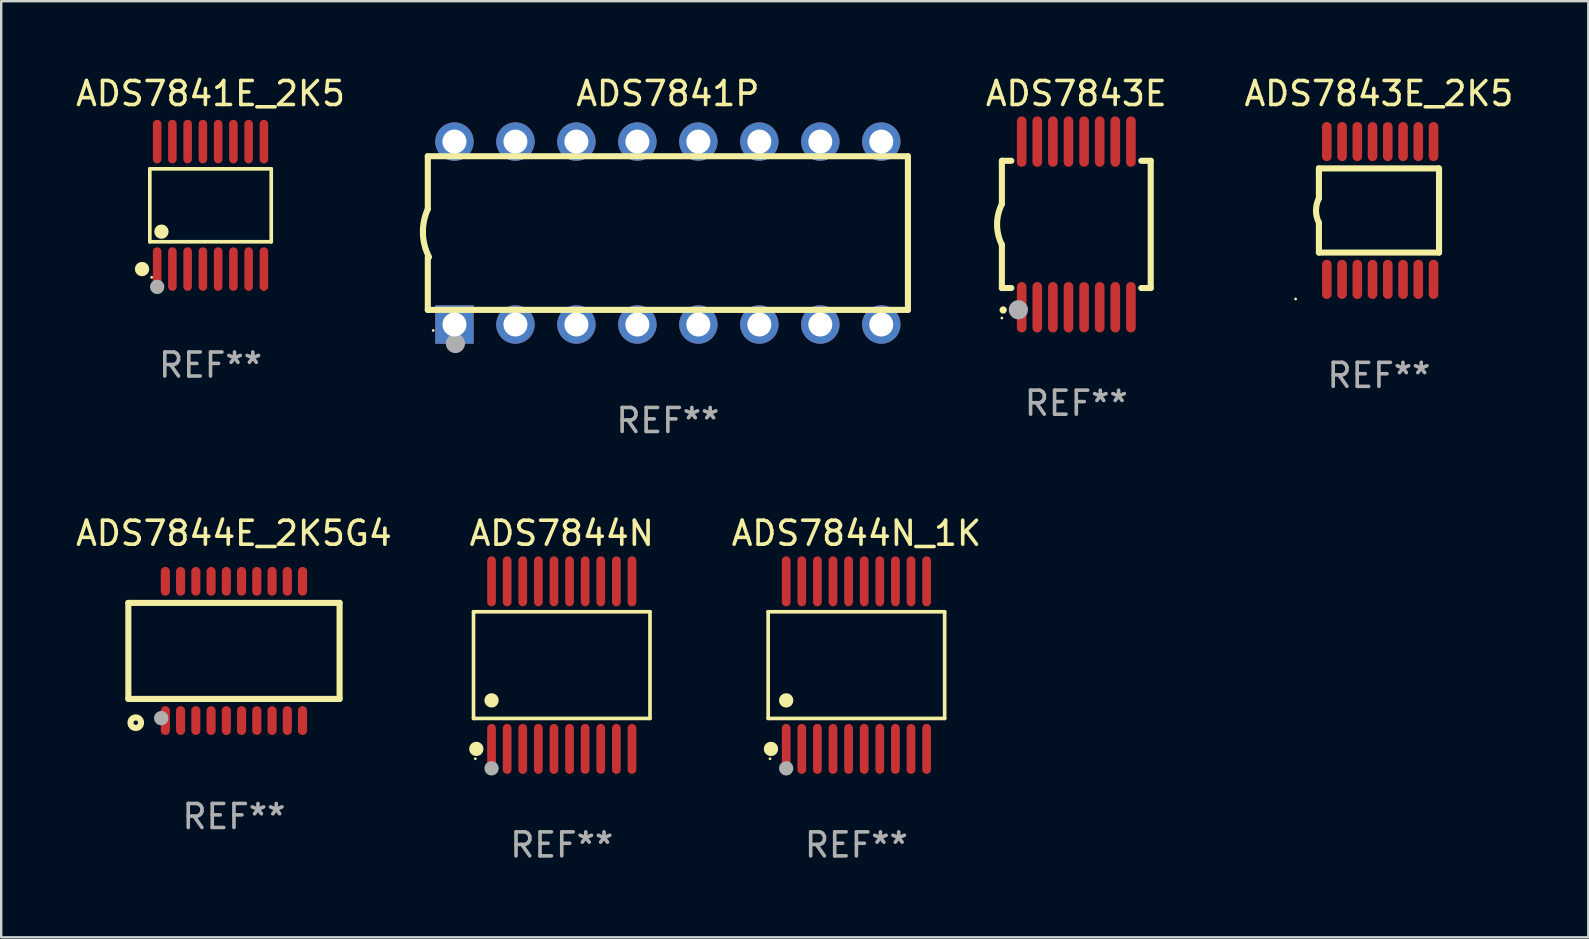
<source format=kicad_pcb>
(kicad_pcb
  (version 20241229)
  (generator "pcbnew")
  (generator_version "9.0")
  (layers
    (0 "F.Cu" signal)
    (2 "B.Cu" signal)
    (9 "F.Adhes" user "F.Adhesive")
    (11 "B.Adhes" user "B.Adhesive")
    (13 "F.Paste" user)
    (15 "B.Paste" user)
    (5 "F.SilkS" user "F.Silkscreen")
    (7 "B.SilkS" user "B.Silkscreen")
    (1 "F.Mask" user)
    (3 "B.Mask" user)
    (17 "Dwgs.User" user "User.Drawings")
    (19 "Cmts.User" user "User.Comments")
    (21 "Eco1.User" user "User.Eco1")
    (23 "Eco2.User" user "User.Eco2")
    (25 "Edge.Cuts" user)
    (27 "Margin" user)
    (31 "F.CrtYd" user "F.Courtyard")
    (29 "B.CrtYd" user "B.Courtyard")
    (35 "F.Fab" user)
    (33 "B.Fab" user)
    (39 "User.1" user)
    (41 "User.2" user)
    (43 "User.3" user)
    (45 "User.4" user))
  (footprint "ADS7844E_2K5G4"
    (layer "F.Cu")
    (at 6.696 24.065)
    (property "Reference" "ADS7844E_2K5G4" (at 0 -4.9 0) (layer "F.SilkS") (effects (font (size 1 1) (thickness 0.15))))
    (attr through_hole)
    (fp_line (start -4.4 -2) (end -4.4 2) (stroke (width 0.254) (type solid)) (layer "F.SilkS"))
    (fp_line (start -4.4 -2) (end 4.4 -2) (stroke (width 0.254) (type solid)) (layer "F.SilkS"))
    (fp_line (start -4.4 2) (end 4.4 2) (stroke (width 0.254) (type solid)) (layer "F.SilkS"))
    (fp_line (start 4.4 -2) (end 4.4 2) (stroke (width 0.254) (type solid)) (layer "F.SilkS"))
    (fp_circle (center -4.351 3) (end -4.321 3) (stroke (width 0.06) (type solid)) (fill no) (layer "F.SilkS"))
    (fp_circle (center -4.09 2.99) (end -3.87 2.99) (stroke (width 0.254) (type solid)) (fill no) (layer "F.SilkS"))
    (fp_circle (center -3.031 2.8) (end -2.88 2.8) (stroke (width 0.3) (type solid)) (fill no) (layer "F.Fab"))
    (fp_text user "REF**" (at 0 6.9 0) (layer "F.Fab") (effects (font (size 1 1) (thickness 0.15))))
    (pad "1" smd oval (at -2.858 2.9 180) (size 0.38 1.2) (layers "F.Cu" "F.Mask" "F.Paste"))
    (pad "2" smd oval (at -2.223 2.9 180) (size 0.38 1.2) (layers "F.Cu" "F.Mask" "F.Paste"))
    (pad "3" smd oval (at -1.588 2.9 180) (size 0.38 1.2) (layers "F.Cu" "F.Mask" "F.Paste"))
    (pad "4" smd oval (at -0.953 2.9 180) (size 0.38 1.2) (layers "F.Cu" "F.Mask" "F.Paste"))
    (pad "5" smd oval (at -0.318 2.9 180) (size 0.38 1.2) (layers "F.Cu" "F.Mask" "F.Paste"))
    (pad "6" smd oval (at 0.317 2.9 180) (size 0.38 1.2) (layers "F.Cu" "F.Mask" "F.Paste"))
    (pad "7" smd oval (at 0.952 2.9 180) (size 0.38 1.2) (layers "F.Cu" "F.Mask" "F.Paste"))
    (pad "8" smd oval (at 1.587 2.9 180) (size 0.38 1.2) (layers "F.Cu" "F.Mask" "F.Paste"))
    (pad "9" smd oval (at 2.222 2.9 180) (size 0.38 1.2) (layers "F.Cu" "F.Mask" "F.Paste"))
    (pad "10" smd oval (at 2.857 2.9 180) (size 0.38 1.2) (layers "F.Cu" "F.Mask" "F.Paste"))
    (pad "11" smd oval (at 2.857 -2.9) (size 0.38 1.2) (layers "F.Cu" "F.Mask" "F.Paste"))
    (pad "12" smd oval (at 2.222 -2.9) (size 0.38 1.2) (layers "F.Cu" "F.Mask" "F.Paste"))
    (pad "13" smd oval (at 1.587 -2.9) (size 0.38 1.2) (layers "F.Cu" "F.Mask" "F.Paste"))
    (pad "14" smd oval (at 0.952 -2.9) (size 0.38 1.2) (layers "F.Cu" "F.Mask" "F.Paste"))
    (pad "15" smd oval (at 0.317 -2.9) (size 0.38 1.2) (layers "F.Cu" "F.Mask" "F.Paste"))
    (pad "16" smd oval (at -0.318 -2.9) (size 0.38 1.2) (layers "F.Cu" "F.Mask" "F.Paste"))
    (pad "17" smd oval (at -0.953 -2.9) (size 0.38 1.2) (layers "F.Cu" "F.Mask" "F.Paste"))
    (pad "18" smd oval (at -1.588 -2.9) (size 0.38 1.2) (layers "F.Cu" "F.Mask" "F.Paste"))
    (pad "19" smd oval (at -2.223 -2.9) (size 0.38 1.2) (layers "F.Cu" "F.Mask" "F.Paste"))
    (pad "20" smd oval (at -2.858 -2.9) (size 0.38 1.2) (layers "F.Cu" "F.Mask" "F.Paste")))
  (footprint "ADS7843E_2K5"
    (layer "F.Cu")
    (at 54.392 5.718)
    (property "Reference" "ADS7843E_2K5" (at 0 -4.87 0) (layer "F.SilkS") (effects (font (size 1 1) (thickness 0.15))))
    (attr through_hole)
    (fp_line (start -2.503 -1.753) (end 2.497 -1.753) (stroke (width 0.254) (type solid)) (layer "F.SilkS"))
    (fp_line (start -2.501 -0.508) (end -2.501 -1.753) (stroke (width 0.254) (type solid)) (layer "F.SilkS"))
    (fp_line (start -2.501 1.753) (end -2.501 0.508) (stroke (width 0.254) (type solid)) (layer "F.SilkS"))
    (fp_line (start -2.497 1.753) (end 2.503 1.753) (stroke (width 0.254) (type solid)) (layer "F.SilkS"))
    (fp_line (start 2.503 1.753) (end 2.503 -1.753) (stroke (width 0.254) (type solid)) (layer "F.SilkS"))
    (fp_arc (start -2.50127 0.508001) (mid -2.621193 0) (end -2.50127 -0.508001) (stroke (width 0.254001) (type solid)) (layer "F.SilkS"))
    (fp_circle (center -3.471 3.685) (end -3.441 3.685) (stroke (width 0.06) (type solid)) (fill no) (layer "F.SilkS"))
    (fp_text user "REF**" (at 0 6.87 0) (layer "F.Fab") (effects (font (size 1 1) (thickness 0.15))))
    (pad "1" smd oval (at -2.171 2.87 90) (size 1.63 0.4) (layers "F.Cu" "F.Mask" "F.Paste"))
    (pad "2" smd oval (at -1.536 2.87 90) (size 1.63 0.4) (layers "F.Cu" "F.Mask" "F.Paste"))
    (pad "3" smd oval (at -0.901 2.87 90) (size 1.63 0.4) (layers "F.Cu" "F.Mask" "F.Paste"))
    (pad "4" smd oval (at -0.266 2.87 90) (size 1.63 0.4) (layers "F.Cu" "F.Mask" "F.Paste"))
    (pad "5" smd oval (at 0.369 2.87 90) (size 1.63 0.4) (layers "F.Cu" "F.Mask" "F.Paste"))
    (pad "6" smd oval (at 1.004 2.87 90) (size 1.63 0.4) (layers "F.Cu" "F.Mask" "F.Paste"))
    (pad "7" smd oval (at 1.639 2.87 90) (size 1.63 0.4) (layers "F.Cu" "F.Mask" "F.Paste"))
    (pad "8" smd oval (at 2.274 2.87 90) (size 1.63 0.4) (layers "F.Cu" "F.Mask" "F.Paste"))
    (pad "9" smd oval (at 2.274 -2.87 270) (size 1.63 0.4) (layers "F.Cu" "F.Mask" "F.Paste"))
    (pad "10" smd oval (at 1.639 -2.87 270) (size 1.63 0.4) (layers "F.Cu" "F.Mask" "F.Paste"))
    (pad "11" smd oval (at 1.004 -2.87 270) (size 1.63 0.4) (layers "F.Cu" "F.Mask" "F.Paste"))
    (pad "12" smd oval (at 0.369 -2.87 270) (size 1.63 0.4) (layers "F.Cu" "F.Mask" "F.Paste"))
    (pad "13" smd oval (at -0.266 -2.87 270) (size 1.63 0.4) (layers "F.Cu" "F.Mask" "F.Paste"))
    (pad "14" smd oval (at -0.901 -2.87 270) (size 1.63 0.4) (layers "F.Cu" "F.Mask" "F.Paste"))
    (pad "15" smd oval (at -1.536 -2.87 270) (size 1.63 0.4) (layers "F.Cu" "F.Mask" "F.Paste"))
    (pad "16" smd oval (at -2.171 -2.87 270) (size 1.63 0.4) (layers "F.Cu" "F.Mask" "F.Paste")))
  (footprint "ADS7844N"
    (layer "F.Cu")
    (at 20.351 24.656)
    (property "Reference" "ADS7844N" (at 0 -5.491 0) (layer "F.SilkS") (effects (font (size 1 1) (thickness 0.15))))
    (attr through_hole)
    (fp_line (start -3.676 -2.221) (end 3.676 -2.221) (stroke (width 0.152) (type solid)) (layer "F.SilkS"))
    (fp_line (start -3.676 2.221) (end -3.676 -2.221) (stroke (width 0.152) (type solid)) (layer "F.SilkS"))
    (fp_line (start 3.676 -2.221) (end 3.676 2.221) (stroke (width 0.152) (type solid)) (layer "F.SilkS"))
    (fp_line (start 3.676 2.221) (end -3.676 2.221) (stroke (width 0.152) (type solid)) (layer "F.SilkS"))
    (fp_circle (center -3.6 3.9) (end -3.57 3.9) (stroke (width 0.06) (type solid)) (fill no) (layer "F.SilkS"))
    (fp_circle (center -3.559 3.491) (end -3.409 3.491) (stroke (width 0.3) (type solid)) (fill no) (layer "F.SilkS"))
    (fp_circle (center -2.925 1.469) (end -2.775 1.469) (stroke (width 0.3) (type solid)) (fill no) (layer "F.SilkS"))
    (fp_circle (center -2.925 4.3) (end -2.775 4.3) (stroke (width 0.3) (type solid)) (fill no) (layer "F.Fab"))
    (fp_text user "REF**" (at 0 7.491 0) (layer "F.Fab") (effects (font (size 1 1) (thickness 0.15))))
    (pad "1" smd oval (at -2.925 3.491) (size 0.364 2.082) (layers "F.Cu" "F.Mask" "F.Paste"))
    (pad "2" smd oval (at -2.275 3.491) (size 0.364 2.082) (layers "F.Cu" "F.Mask" "F.Paste"))
    (pad "3" smd oval (at -1.625 3.491) (size 0.364 2.082) (layers "F.Cu" "F.Mask" "F.Paste"))
    (pad "4" smd oval (at -0.975 3.491) (size 0.364 2.082) (layers "F.Cu" "F.Mask" "F.Paste"))
    (pad "5" smd oval (at -0.325 3.491) (size 0.364 2.082) (layers "F.Cu" "F.Mask" "F.Paste"))
    (pad "6" smd oval (at 0.325 3.491) (size 0.364 2.082) (layers "F.Cu" "F.Mask" "F.Paste"))
    (pad "7" smd oval (at 0.975 3.491) (size 0.364 2.082) (layers "F.Cu" "F.Mask" "F.Paste"))
    (pad "8" smd oval (at 1.625 3.491) (size 0.364 2.082) (layers "F.Cu" "F.Mask" "F.Paste"))
    (pad "9" smd oval (at 2.275 3.491) (size 0.364 2.082) (layers "F.Cu" "F.Mask" "F.Paste"))
    (pad "10" smd oval (at 2.925 3.491) (size 0.364 2.082) (layers "F.Cu" "F.Mask" "F.Paste"))
    (pad "11" smd oval (at 2.925 -3.491) (size 0.364 2.082) (layers "F.Cu" "F.Mask" "F.Paste"))
    (pad "12" smd oval (at 2.275 -3.491) (size 0.364 2.082) (layers "F.Cu" "F.Mask" "F.Paste"))
    (pad "13" smd oval (at 1.625 -3.491) (size 0.364 2.082) (layers "F.Cu" "F.Mask" "F.Paste"))
    (pad "14" smd oval (at 0.975 -3.491) (size 0.364 2.082) (layers "F.Cu" "F.Mask" "F.Paste"))
    (pad "15" smd oval (at 0.325 -3.491) (size 0.364 2.082) (layers "F.Cu" "F.Mask" "F.Paste"))
    (pad "16" smd oval (at -0.325 -3.491) (size 0.364 2.082) (layers "F.Cu" "F.Mask" "F.Paste"))
    (pad "17" smd oval (at -0.975 -3.491) (size 0.364 2.082) (layers "F.Cu" "F.Mask" "F.Paste"))
    (pad "18" smd oval (at -1.625 -3.491) (size 0.364 2.082) (layers "F.Cu" "F.Mask" "F.Paste"))
    (pad "19" smd oval (at -2.275 -3.491) (size 0.364 2.082) (layers "F.Cu" "F.Mask" "F.Paste"))
    (pad "20" smd oval (at -2.925 -3.491) (size 0.364 2.082) (layers "F.Cu" "F.Mask" "F.Paste")))
  (footprint "ADS7841E_2K5"
    (layer "F.Cu")
    (at 5.72 5.503)
    (property "Reference" "ADS7841E_2K5" (at 0 -4.655 0) (layer "F.SilkS") (effects (font (size 1 1) (thickness 0.15))))
    (attr through_hole)
    (fp_line (start -2.529 -1.519) (end 2.529 -1.519) (stroke (width 0.152) (type solid)) (layer "F.SilkS"))
    (fp_line (start -2.529 1.519) (end -2.529 -1.519) (stroke (width 0.152) (type solid)) (layer "F.SilkS"))
    (fp_line (start 2.529 -1.519) (end 2.529 1.519) (stroke (width 0.152) (type solid)) (layer "F.SilkS"))
    (fp_line (start 2.529 1.519) (end -2.529 1.519) (stroke (width 0.152) (type solid)) (layer "F.SilkS"))
    (fp_circle (center -2.853 2.655) (end -2.703 2.655) (stroke (width 0.3) (type solid)) (fill no) (layer "F.SilkS"))
    (fp_circle (center -2.453 2.998) (end -2.423 2.998) (stroke (width 0.06) (type solid)) (fill no) (layer "F.SilkS"))
    (fp_circle (center -2.045 1.097) (end -1.895 1.097) (stroke (width 0.3) (type solid)) (fill no) (layer "F.SilkS"))
    (fp_circle (center -2.223 3.398) (end -2.072 3.398) (stroke (width 0.3) (type solid)) (fill no) (layer "F.Fab"))
    (fp_text user "REF**" (at 0 6.655 0) (layer "F.Fab") (effects (font (size 1 1) (thickness 0.15))))
    (pad "1" smd oval (at -2.223 2.655) (size 0.356 1.815) (layers "F.Cu" "F.Mask" "F.Paste"))
    (pad "2" smd oval (at -1.588 2.655) (size 0.356 1.815) (layers "F.Cu" "F.Mask" "F.Paste"))
    (pad "3" smd oval (at -0.953 2.655) (size 0.356 1.815) (layers "F.Cu" "F.Mask" "F.Paste"))
    (pad "4" smd oval (at -0.318 2.655) (size 0.356 1.815) (layers "F.Cu" "F.Mask" "F.Paste"))
    (pad "5" smd oval (at 0.318 2.655) (size 0.356 1.815) (layers "F.Cu" "F.Mask" "F.Paste"))
    (pad "6" smd oval (at 0.953 2.655) (size 0.356 1.815) (layers "F.Cu" "F.Mask" "F.Paste"))
    (pad "7" smd oval (at 1.588 2.655) (size 0.356 1.815) (layers "F.Cu" "F.Mask" "F.Paste"))
    (pad "8" smd oval (at 2.223 2.655) (size 0.356 1.815) (layers "F.Cu" "F.Mask" "F.Paste"))
    (pad "9" smd oval (at 2.223 -2.655) (size 0.356 1.815) (layers "F.Cu" "F.Mask" "F.Paste"))
    (pad "10" smd oval (at 1.588 -2.655) (size 0.356 1.815) (layers "F.Cu" "F.Mask" "F.Paste"))
    (pad "11" smd oval (at 0.953 -2.655) (size 0.356 1.815) (layers "F.Cu" "F.Mask" "F.Paste"))
    (pad "12" smd oval (at 0.318 -2.655) (size 0.356 1.815) (layers "F.Cu" "F.Mask" "F.Paste"))
    (pad "13" smd oval (at -0.318 -2.655) (size 0.356 1.815) (layers "F.Cu" "F.Mask" "F.Paste"))
    (pad "14" smd oval (at -0.953 -2.655) (size 0.356 1.815) (layers "F.Cu" "F.Mask" "F.Paste"))
    (pad "15" smd oval (at -1.588 -2.655) (size 0.356 1.815) (layers "F.Cu" "F.Mask" "F.Paste"))
    (pad "16" smd oval (at -2.223 -2.655) (size 0.356 1.815) (layers "F.Cu" "F.Mask" "F.Paste")))
  (footprint "ADS7841P"
    (layer "F.Cu")
    (at 24.771 6.658)
    (property "Reference" "ADS7841P" (at 0 -5.81 0) (layer "F.SilkS") (effects (font (size 1 1) (thickness 0.15))))
    (attr through_hole)
    (fp_line (start -10 -0.998) (end -10 -3.198) (stroke (width 0.254) (type solid)) (layer "F.SilkS"))
    (fp_line (start -10 3.2) (end -10 1) (stroke (width 0.254) (type solid)) (layer "F.SilkS"))
    (fp_line (start 10 -3.2) (end -10 -3.2) (stroke (width 0.254) (type solid)) (layer "F.SilkS"))
    (fp_line (start 10 3.2) (end -10 3.2) (stroke (width 0.254) (type solid)) (layer "F.SilkS"))
    (fp_line (start 10 3.2) (end 10 -3.2) (stroke (width 0.254) (type solid)) (layer "F.SilkS"))
    (fp_arc (start -9.949975 0.999974) (mid -10.203153 0.005693) (end -9.999987 -1) (stroke (width 0.254001) (type solid)) (layer "F.SilkS"))
    (fp_circle (center -9.775 4.06) (end -9.745 4.06) (stroke (width 0.06) (type solid)) (fill no) (layer "F.SilkS"))
    (fp_circle (center -8.85 4.6) (end -8.65 4.6) (stroke (width 0.4) (type solid)) (fill no) (layer "F.Fab"))
    (fp_text user "REF**" (at 0 7.81 0) (layer "F.Fab") (effects (font (size 1 1) (thickness 0.15))))
    (pad "1" thru_hole rect (at -8.89 3.81 90) (size 1.6 1.6) (drill 1) (layers "*.Cu" "*.Mask"))
    (pad "2" thru_hole circle (at -6.35 3.81) (size 1.6 1.6) (drill 1) (layers "*.Cu" "*.Mask"))
    (pad "3" thru_hole circle (at -3.81 3.81) (size 1.6 1.6) (drill 1) (layers "*.Cu" "*.Mask"))
    (pad "4" thru_hole circle (at -1.27 3.81) (size 1.6 1.6) (drill 1) (layers "*.Cu" "*.Mask"))
    (pad "5" thru_hole circle (at 1.27 3.81) (size 1.6 1.6) (drill 1) (layers "*.Cu" "*.Mask"))
    (pad "6" thru_hole circle (at 3.81 3.81) (size 1.6 1.6) (drill 1) (layers "*.Cu" "*.Mask"))
    (pad "7" thru_hole circle (at 6.35 3.81) (size 1.6 1.6) (drill 1) (layers "*.Cu" "*.Mask"))
    (pad "8" thru_hole circle (at 8.89 3.81) (size 1.6 1.6) (drill 1) (layers "*.Cu" "*.Mask"))
    (pad "9" thru_hole circle (at 8.89 -3.81) (size 1.6 1.6) (drill 1) (layers "*.Cu" "*.Mask"))
    (pad "10" thru_hole circle (at 6.35 -3.81) (size 1.6 1.6) (drill 1) (layers "*.Cu" "*.Mask"))
    (pad "11" thru_hole circle (at 3.81 -3.81) (size 1.6 1.6) (drill 1) (layers "*.Cu" "*.Mask"))
    (pad "12" thru_hole circle (at 1.27 -3.81) (size 1.6 1.6) (drill 1) (layers "*.Cu" "*.Mask"))
    (pad "13" thru_hole circle (at -1.27 -3.81) (size 1.6 1.6) (drill 1) (layers "*.Cu" "*.Mask"))
    (pad "14" thru_hole circle (at -3.81 -3.81) (size 1.6 1.6) (drill 1) (layers "*.Cu" "*.Mask"))
    (pad "15" thru_hole circle (at -6.35 -3.81) (size 1.6 1.6) (drill 1) (layers "*.Cu" "*.Mask"))
    (pad "16" thru_hole circle (at -8.89 -3.81) (size 1.6 1.6) (drill 1) (layers "*.Cu" "*.Mask")))
  (footprint "ADS7844N_1K"
    (layer "F.Cu")
    (at 32.625 24.656)
    (property "Reference" "ADS7844N_1K" (at 0 -5.491 0) (layer "F.SilkS") (effects (font (size 1 1) (thickness 0.15))))
    (attr through_hole)
    (fp_line (start -3.676 -2.221) (end 3.676 -2.221) (stroke (width 0.152) (type solid)) (layer "F.SilkS"))
    (fp_line (start -3.676 2.221) (end -3.676 -2.221) (stroke (width 0.152) (type solid)) (layer "F.SilkS"))
    (fp_line (start 3.676 -2.221) (end 3.676 2.221) (stroke (width 0.152) (type solid)) (layer "F.SilkS"))
    (fp_line (start 3.676 2.221) (end -3.676 2.221) (stroke (width 0.152) (type solid)) (layer "F.SilkS"))
    (fp_circle (center -3.6 3.9) (end -3.57 3.9) (stroke (width 0.06) (type solid)) (fill no) (layer "F.SilkS"))
    (fp_circle (center -3.559 3.491) (end -3.409 3.491) (stroke (width 0.3) (type solid)) (fill no) (layer "F.SilkS"))
    (fp_circle (center -2.925 1.469) (end -2.775 1.469) (stroke (width 0.3) (type solid)) (fill no) (layer "F.SilkS"))
    (fp_circle (center -2.925 4.3) (end -2.775 4.3) (stroke (width 0.3) (type solid)) (fill no) (layer "F.Fab"))
    (fp_text user "REF**" (at 0 7.491 0) (layer "F.Fab") (effects (font (size 1 1) (thickness 0.15))))
    (pad "1" smd oval (at -2.925 3.491) (size 0.364 2.082) (layers "F.Cu" "F.Mask" "F.Paste"))
    (pad "2" smd oval (at -2.275 3.491) (size 0.364 2.082) (layers "F.Cu" "F.Mask" "F.Paste"))
    (pad "3" smd oval (at -1.625 3.491) (size 0.364 2.082) (layers "F.Cu" "F.Mask" "F.Paste"))
    (pad "4" smd oval (at -0.975 3.491) (size 0.364 2.082) (layers "F.Cu" "F.Mask" "F.Paste"))
    (pad "5" smd oval (at -0.325 3.491) (size 0.364 2.082) (layers "F.Cu" "F.Mask" "F.Paste"))
    (pad "6" smd oval (at 0.325 3.491) (size 0.364 2.082) (layers "F.Cu" "F.Mask" "F.Paste"))
    (pad "7" smd oval (at 0.975 3.491) (size 0.364 2.082) (layers "F.Cu" "F.Mask" "F.Paste"))
    (pad "8" smd oval (at 1.625 3.491) (size 0.364 2.082) (layers "F.Cu" "F.Mask" "F.Paste"))
    (pad "9" smd oval (at 2.275 3.491) (size 0.364 2.082) (layers "F.Cu" "F.Mask" "F.Paste"))
    (pad "10" smd oval (at 2.925 3.491) (size 0.364 2.082) (layers "F.Cu" "F.Mask" "F.Paste"))
    (pad "11" smd oval (at 2.925 -3.491) (size 0.364 2.082) (layers "F.Cu" "F.Mask" "F.Paste"))
    (pad "12" smd oval (at 2.275 -3.491) (size 0.364 2.082) (layers "F.Cu" "F.Mask" "F.Paste"))
    (pad "13" smd oval (at 1.625 -3.491) (size 0.364 2.082) (layers "F.Cu" "F.Mask" "F.Paste"))
    (pad "14" smd oval (at 0.975 -3.491) (size 0.364 2.082) (layers "F.Cu" "F.Mask" "F.Paste"))
    (pad "15" smd oval (at 0.325 -3.491) (size 0.364 2.082) (layers "F.Cu" "F.Mask" "F.Paste"))
    (pad "16" smd oval (at -0.325 -3.491) (size 0.364 2.082) (layers "F.Cu" "F.Mask" "F.Paste"))
    (pad "17" smd oval (at -0.975 -3.491) (size 0.364 2.082) (layers "F.Cu" "F.Mask" "F.Paste"))
    (pad "18" smd oval (at -1.625 -3.491) (size 0.364 2.082) (layers "F.Cu" "F.Mask" "F.Paste"))
    (pad "19" smd oval (at -2.275 -3.491) (size 0.364 2.082) (layers "F.Cu" "F.Mask" "F.Paste"))
    (pad "20" smd oval (at -2.925 -3.491) (size 0.364 2.082) (layers "F.Cu" "F.Mask" "F.Paste")))
  (footprint "ADS7843E"
    (layer "F.Cu")
    (at 41.785 6.298)
    (property "Reference" "ADS7843E" (at 0 -5.45 0) (layer "F.SilkS") (effects (font (size 1 1) (thickness 0.15))))
    (attr through_hole)
    (fp_line (start -3.1 -2.65) (end -3.1 -0.85) (stroke (width 0.254) (type solid)) (layer "F.SilkS"))
    (fp_line (start -3.1 -2.65) (end -2.706 -2.65) (stroke (width 0.254) (type solid)) (layer "F.SilkS"))
    (fp_line (start -3.1 2.65) (end -3.1 0.85) (stroke (width 0.254) (type solid)) (layer "F.SilkS"))
    (fp_line (start -3.1 2.65) (end -2.706 2.65) (stroke (width 0.254) (type solid)) (layer "F.SilkS"))
    (fp_line (start 2.706 -2.65) (end 3.1 -2.65) (stroke (width 0.254) (type solid)) (layer "F.SilkS"))
    (fp_line (start 2.706 2.65) (end 3.1 2.65) (stroke (width 0.254) (type solid)) (layer "F.SilkS"))
    (fp_line (start 3.1 -2.65) (end 3.1 2.65) (stroke (width 0.254) (type solid)) (layer "F.SilkS"))
    (fp_arc (start -3.098907 0.850902) (mid -3.300057 0.000523) (end -3.1 -0.850114) (stroke (width 0.254001) (type solid)) (layer "F.SilkS"))
    (fp_arc (start -3.048006 3.566066) (mid -3.046736 3.566061) (end -3.045466 3.566066) (stroke (width 0.3) (type solid)) (layer "F.SilkS"))
    (fp_circle (center -3.1 3.9) (end -3.07 3.9) (stroke (width 0.06) (type solid)) (fill no) (layer "F.SilkS"))
    (fp_circle (center -2.413 3.556) (end -2.213 3.556) (stroke (width 0.4) (type solid)) (fill no) (layer "F.Fab"))
    (fp_text user "REF**" (at 0 7.45 0) (layer "F.Fab") (effects (font (size 1 1) (thickness 0.15))))
    (pad "1" smd oval (at -2.275 3.45 180) (size 0.4 2.1) (layers "F.Cu" "F.Mask" "F.Paste"))
    (pad "2" smd oval (at -1.625 3.45 180) (size 0.4 2.1) (layers "F.Cu" "F.Mask" "F.Paste"))
    (pad "3" smd oval (at -0.975 3.45 180) (size 0.4 2.1) (layers "F.Cu" "F.Mask" "F.Paste"))
    (pad "4" smd oval (at -0.325 3.45 180) (size 0.4 2.1) (layers "F.Cu" "F.Mask" "F.Paste"))
    (pad "5" smd oval (at 0.325 3.45 180) (size 0.4 2.1) (layers "F.Cu" "F.Mask" "F.Paste"))
    (pad "6" smd oval (at 0.975 3.45 180) (size 0.4 2.1) (layers "F.Cu" "F.Mask" "F.Paste"))
    (pad "7" smd oval (at 1.625 3.45 180) (size 0.4 2.1) (layers "F.Cu" "F.Mask" "F.Paste"))
    (pad "8" smd oval (at 2.275 3.45 180) (size 0.4 2.1) (layers "F.Cu" "F.Mask" "F.Paste"))
    (pad "9" smd oval (at 2.275 -3.45 180) (size 0.4 2.1) (layers "F.Cu" "F.Mask" "F.Paste"))
    (pad "10" smd oval (at 1.625 -3.45 180) (size 0.4 2.1) (layers "F.Cu" "F.Mask" "F.Paste"))
    (pad "11" smd oval (at 0.975 -3.45 180) (size 0.4 2.1) (layers "F.Cu" "F.Mask" "F.Paste"))
    (pad "12" smd oval (at 0.325 -3.45 180) (size 0.4 2.1) (layers "F.Cu" "F.Mask" "F.Paste"))
    (pad "13" smd oval (at -0.325 -3.45 180) (size 0.4 2.1) (layers "F.Cu" "F.Mask" "F.Paste"))
    (pad "14" smd oval (at -0.975 -3.45 180) (size 0.4 2.1) (layers "F.Cu" "F.Mask" "F.Paste"))
    (pad "15" smd oval (at -1.625 -3.45 180) (size 0.4 2.1) (layers "F.Cu" "F.Mask" "F.Paste"))
    (pad "16" smd oval (at -2.275 -3.45 180) (size 0.4 2.1) (layers "F.Cu" "F.Mask" "F.Paste")))
  (gr_rect
    (start -3 -3)
    (end 63.113 35.995)
    (stroke (width 0.1) (type default))
    (fill no)
    (layer "Edge.Cuts")))
</source>
